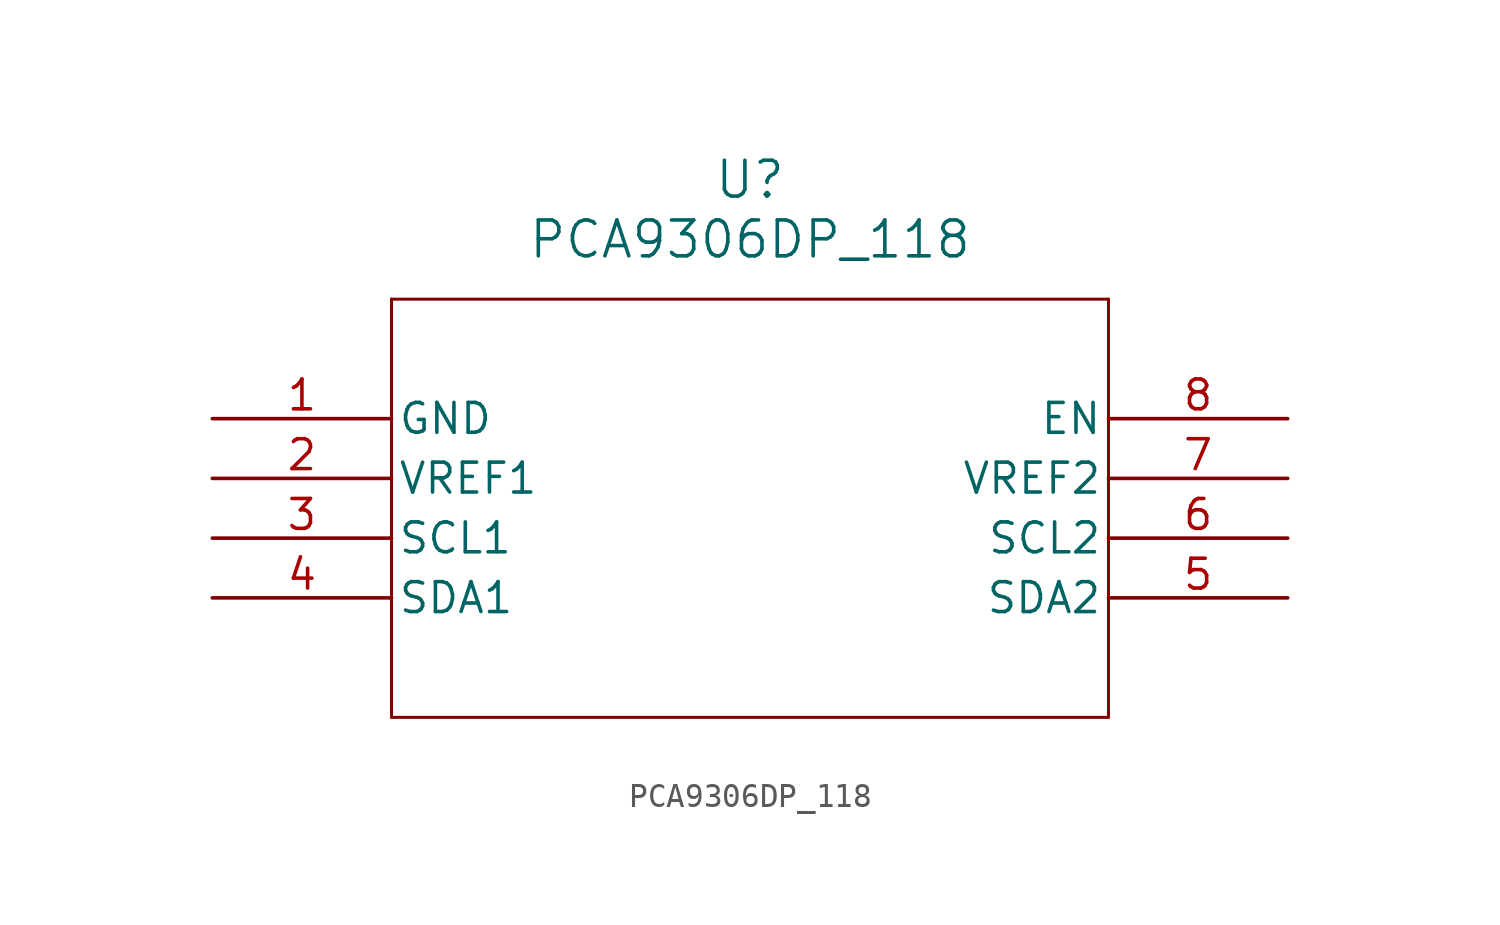
<source format=kicad_sym>
(kicad_symbol_lib
  (version 20211014)
  (generator kicad_symbol_editor)
  (symbol "PCA9306DP_118"
    (pin_names
      (offset 0.254))
    (property "Reference" "U"
      (at 22.86 10.16 0)
      (effects (font (size 1.524 1.524))))
    (property "Value" "PCA9306DP_118"
      (at 22.86 7.62 0)
      (effects (font (size 1.524 1.524))))
    (symbol "PCA9306DP_118_0_1"
      (polyline (pts (xy 7.62 5.08) (xy 7.62 -12.7)) (stroke (width 0.127) (type default) (color 0 0 0 0)) (fill (type none)))
      (polyline (pts (xy 7.62 -12.7) (xy 38.1 -12.7)) (stroke (width 0.127) (type default) (color 0 0 0 0)) (fill (type none)))
      (polyline (pts (xy 38.1 -12.7) (xy 38.1 5.08)) (stroke (width 0.127) (type default) (color 0 0 0 0)) (fill (type none)))
      (polyline (pts (xy 38.1 5.08) (xy 7.62 5.08)) (stroke (width 0.127) (type default) (color 0 0 0 0)) (fill (type none)))
      (pin power_out line (at 0 0 0) (length 7.62) (name "GND" (effects (font (size 1.27 1.27)))) (number "1" (effects (font (size 1.27 1.27)))))
      (pin power_in line (at 0 -2.54 0) (length 7.62) (name "VREF1" (effects (font (size 1.27 1.27)))) (number "2" (effects (font (size 1.27 1.27)))))
      (pin input line (at 0 -5.08 0) (length 7.62) (name "SCL1" (effects (font (size 1.27 1.27)))) (number "3" (effects (font (size 1.27 1.27)))))
      (pin bidirectional line (at 0 -7.62 0) (length 7.62) (name "SDA1" (effects (font (size 1.27 1.27)))) (number "4" (effects (font (size 1.27 1.27)))))
      (pin bidirectional line (at 45.72 -7.62 180) (length 7.62) (name "SDA2" (effects (font (size 1.27 1.27)))) (number "5" (effects (font (size 1.27 1.27)))))
      (pin input line (at 45.72 -5.08 180) (length 7.62) (name "SCL2" (effects (font (size 1.27 1.27)))) (number "6" (effects (font (size 1.27 1.27)))))
      (pin power_in line (at 45.72 -2.54 180) (length 7.62) (name "VREF2" (effects (font (size 1.27 1.27)))) (number "7" (effects (font (size 1.27 1.27)))))
      (pin input line (at 45.72 0 180) (length 7.62) (name "EN" (effects (font (size 1.27 1.27)))) (number "8" (effects (font (size 1.27 1.27))))))))
</source>
